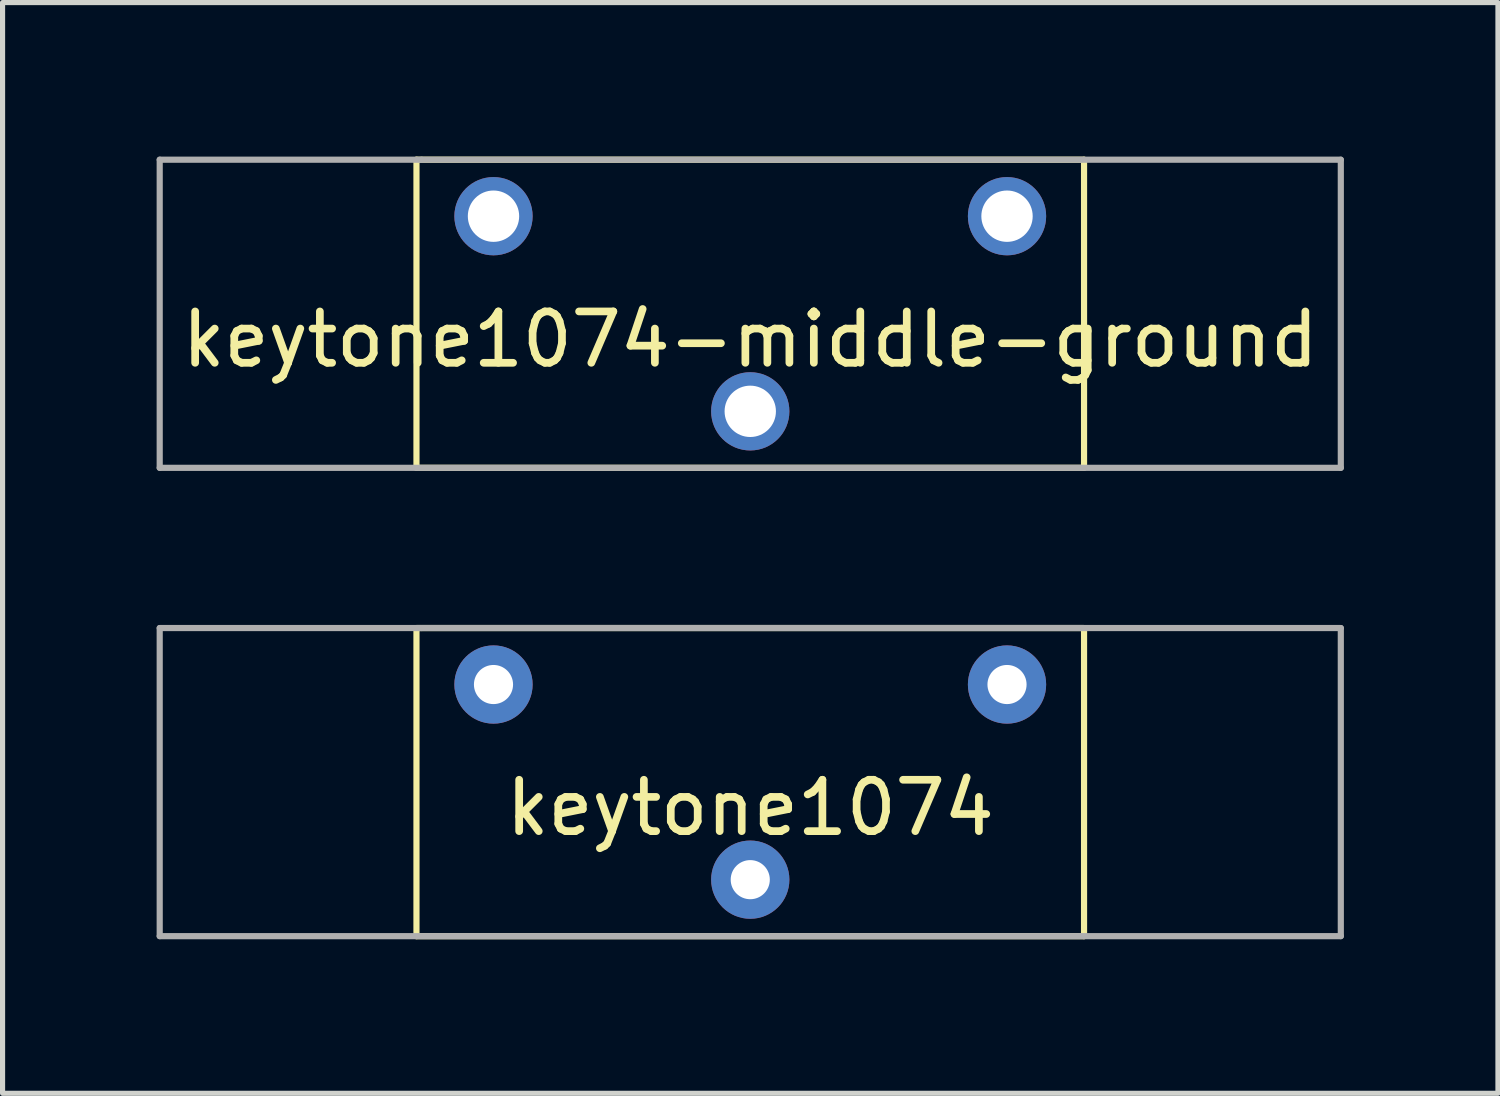
<source format=kicad_pcb>
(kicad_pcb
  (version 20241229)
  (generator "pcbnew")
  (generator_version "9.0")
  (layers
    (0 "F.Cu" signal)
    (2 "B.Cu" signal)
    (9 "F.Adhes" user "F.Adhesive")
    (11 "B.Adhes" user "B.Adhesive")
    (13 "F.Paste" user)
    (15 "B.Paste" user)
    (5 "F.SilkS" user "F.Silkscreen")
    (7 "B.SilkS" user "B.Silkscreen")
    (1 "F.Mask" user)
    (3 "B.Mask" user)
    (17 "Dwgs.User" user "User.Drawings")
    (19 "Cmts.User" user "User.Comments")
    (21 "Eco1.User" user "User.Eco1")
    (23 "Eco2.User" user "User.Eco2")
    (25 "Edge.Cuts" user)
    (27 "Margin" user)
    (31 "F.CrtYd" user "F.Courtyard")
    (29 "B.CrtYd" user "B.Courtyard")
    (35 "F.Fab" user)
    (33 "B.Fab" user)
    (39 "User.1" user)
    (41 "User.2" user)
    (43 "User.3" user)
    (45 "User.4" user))
  (footprint "keytone1074-middle-ground"
    (layer "F.Cu")
    (at 11.56 3.06)
    (property "Reference" "keytone1074-middle-ground" (at 0 0.5 0) (layer "F.SilkS") (effects (font (size 1 1) (thickness 0.15))))
    (attr through_hole)
    (fp_line (start -6.5 -3) (end 6.5 -3) (stroke (width 0.12) (type solid)) (layer "F.SilkS"))
    (fp_line (start -6.5 3) (end -6.5 -3) (stroke (width 0.12) (type solid)) (layer "F.SilkS"))
    (fp_line (start 6.5 -3) (end 6.5 3) (stroke (width 0.12) (type solid)) (layer "F.SilkS"))
    (fp_line (start 6.5 3) (end -6.5 3) (stroke (width 0.12) (type solid)) (layer "F.SilkS"))
    (fp_line (start -11.5 -3) (end -11.5 3) (stroke (width 0.12) (type solid)) (layer "F.Fab"))
    (fp_line (start -11.5 3) (end 11.5 3) (stroke (width 0.12) (type solid)) (layer "F.Fab"))
    (fp_line (start -6.4 -3) (end -11.5 -3) (stroke (width 0.12) (type solid)) (layer "F.Fab"))
    (fp_line (start -6.4 -3) (end 11.5 -3) (stroke (width 0.12) (type solid)) (layer "F.Fab"))
    (fp_line (start 11.5 -3) (end 11.5 3) (stroke (width 0.12) (type solid)) (layer "F.Fab"))
    (pad "1" thru_hole circle (at -5 -1.9) (size 1.524 1.524) (drill 1) (layers "*.Cu" "*.Mask"))
    (pad "2" thru_hole circle (at 0 1.9) (size 1.524 1.524) (drill 1) (layers "*.Cu" "*.Mask"))
    (pad "3" thru_hole circle (at 5 -1.9) (size 1.524 1.524) (drill 1) (layers "*.Cu" "*.Mask")))
  (footprint "keytone1074"
    (layer "F.Cu")
    (at 11.56 12.18)
    (property "Reference" "keytone1074" (at 0 0.5 0) (layer "F.SilkS") (effects (font (size 1 1) (thickness 0.15))))
    (attr through_hole)
    (fp_line (start -6.5 -3) (end 6.5 -3) (stroke (width 0.12) (type solid)) (layer "F.SilkS"))
    (fp_line (start -6.5 3) (end -6.5 -3) (stroke (width 0.12) (type solid)) (layer "F.SilkS"))
    (fp_line (start 6.5 -3) (end 6.5 3) (stroke (width 0.12) (type solid)) (layer "F.SilkS"))
    (fp_line (start 6.5 3) (end -6.5 3) (stroke (width 0.12) (type solid)) (layer "F.SilkS"))
    (fp_line (start -11.5 -3) (end -11.5 3) (stroke (width 0.12) (type solid)) (layer "F.Fab"))
    (fp_line (start -11.5 3) (end 11.5 3) (stroke (width 0.12) (type solid)) (layer "F.Fab"))
    (fp_line (start -6.4 -3) (end -11.5 -3) (stroke (width 0.12) (type solid)) (layer "F.Fab"))
    (fp_line (start -6.4 -3) (end 11.5 -3) (stroke (width 0.12) (type solid)) (layer "F.Fab"))
    (fp_line (start 11.5 -3) (end 11.5 3) (stroke (width 0.12) (type solid)) (layer "F.Fab"))
    (pad "1" thru_hole circle (at -5 -1.9) (size 1.524 1.524) (drill 0.762) (layers "*.Cu" "*.Mask"))
    (pad "2" thru_hole circle (at 5 -1.9) (size 1.524 1.524) (drill 0.762) (layers "*.Cu" "*.Mask"))
    (pad "3" thru_hole circle (at 0 1.9) (size 1.524 1.524) (drill 0.762) (layers "*.Cu" "*.Mask")))
  (gr_rect
    (start -3 -3)
    (end 26.12 18.24)
    (stroke (width 0.1) (type default))
    (fill no)
    (layer "Edge.Cuts")))
</source>
